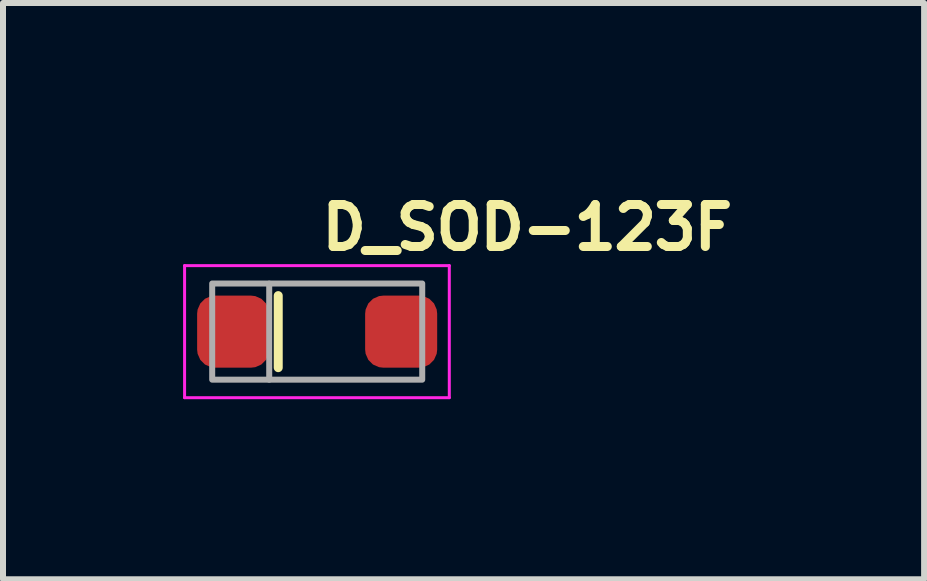
<source format=kicad_pcb>
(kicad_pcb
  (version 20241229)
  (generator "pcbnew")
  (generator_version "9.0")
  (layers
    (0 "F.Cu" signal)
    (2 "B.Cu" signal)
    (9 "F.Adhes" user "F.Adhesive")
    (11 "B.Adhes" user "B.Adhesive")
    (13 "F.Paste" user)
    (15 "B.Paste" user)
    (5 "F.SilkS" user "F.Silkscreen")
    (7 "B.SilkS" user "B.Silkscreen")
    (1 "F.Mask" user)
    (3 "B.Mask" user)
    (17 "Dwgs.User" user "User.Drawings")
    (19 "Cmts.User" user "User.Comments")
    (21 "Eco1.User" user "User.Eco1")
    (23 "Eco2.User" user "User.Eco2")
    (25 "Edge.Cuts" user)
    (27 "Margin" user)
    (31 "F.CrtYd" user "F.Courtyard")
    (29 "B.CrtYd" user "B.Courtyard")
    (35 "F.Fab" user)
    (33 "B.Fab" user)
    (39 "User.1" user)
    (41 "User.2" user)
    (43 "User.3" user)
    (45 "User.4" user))
  (footprint "D_SOD-123F"
    (layer "F.Cu")
    (at 2.235 2.475)
    (property "Reference" "D_SOD-123F" (at 0 -1.325 0) (layer "F.SilkS") (effects (font (size 0.7 0.7) (thickness 0.15)) (justify left bottom)))
    (attr smd)
    (fp_line (start -0.65 -0.6) (end -0.65 0.6) (stroke (width 0.15) (type solid)) (layer "F.SilkS"))
    (fp_line (start -2.21 1.1) (end -2.21 -1.1) (stroke (width 0.05) (type solid)) (layer "F.CrtYd"))
    (fp_line (start 2.2 -1.1) (end -2.21 -1.1) (stroke (width 0.05) (type solid)) (layer "F.CrtYd"))
    (fp_line (start 2.2 -1.1) (end 2.2 1.1) (stroke (width 0.05) (type solid)) (layer "F.CrtYd"))
    (fp_line (start 2.2 1.1) (end -2.21 1.1) (stroke (width 0.05) (type solid)) (layer "F.CrtYd"))
    (fp_line (start -0.8 -0.8) (end -0.8 0.8) (stroke (width 0.1) (type solid)) (layer "F.Fab"))
    (fp_rect (start -1.75 -0.802) (end 1.749 0.8) (stroke (width 0.1) (type solid)) (fill no) (layer "F.Fab"))
    (fp_rect (start -1.75 -0.802) (end 1.749 0.8) (stroke (width 0.1) (type solid)) (fill no) (layer "User.5"))
    (fp_line (start -1.75 -0.327) (end -1.75 0.325) (stroke (width 0.02) (type solid)) (layer "User.9"))
    (fp_line (start -1.75 0.325) (end -1.283 0.325) (stroke (width 0.02) (type solid)) (layer "User.9"))
    (fp_line (start -1.301 -0.74) (end -1.299 -0.743) (stroke (width 0.02) (type solid)) (layer "User.9"))
    (fp_line (start -1.301 -0.736) (end -1.301 -0.74) (stroke (width 0.02) (type solid)) (layer "User.9"))
    (fp_line (start -1.301 -0.733) (end -1.301 -0.736) (stroke (width 0.02) (type solid)) (layer "User.9"))
    (fp_line (start -1.301 -0.729) (end -1.301 -0.733) (stroke (width 0.02) (type solid)) (layer "User.9"))
    (fp_line (start -1.301 -0.726) (end -1.301 -0.729) (stroke (width 0.02) (type solid)) (layer "User.9"))
    (fp_line (start -1.301 -0.726) (end -1.301 -0.327) (stroke (width 0.02) (type solid)) (layer "User.9"))
    (fp_line (start -1.301 0.325) (end -1.301 0.724) (stroke (width 0.02) (type solid)) (layer "User.9"))
    (fp_line (start -1.301 0.727) (end -1.301 0.724) (stroke (width 0.02) (type solid)) (layer "User.9"))
    (fp_line (start -1.301 0.731) (end -1.301 0.727) (stroke (width 0.02) (type solid)) (layer "User.9"))
    (fp_line (start -1.301 0.734) (end -1.301 0.731) (stroke (width 0.02) (type solid)) (layer "User.9"))
    (fp_line (start -1.301 0.738) (end -1.301 0.734) (stroke (width 0.02) (type solid)) (layer "User.9"))
    (fp_line (start -1.299 -0.747) (end -1.297 -0.75) (stroke (width 0.02) (type solid)) (layer "User.9"))
    (fp_line (start -1.299 -0.743) (end -1.299 -0.747) (stroke (width 0.02) (type solid)) (layer "User.9"))
    (fp_line (start -1.299 0.741) (end -1.301 0.738) (stroke (width 0.02) (type solid)) (layer "User.9"))
    (fp_line (start -1.299 0.745) (end -1.299 0.741) (stroke (width 0.02) (type solid)) (layer "User.9"))
    (fp_line (start -1.297 -0.75) (end -1.295 -0.754) (stroke (width 0.02) (type solid)) (layer "User.9"))
    (fp_line (start -1.297 0.748) (end -1.299 0.745) (stroke (width 0.02) (type solid)) (layer "User.9"))
    (fp_line (start -1.295 -0.757) (end -1.293 -0.76) (stroke (width 0.02) (type solid)) (layer "User.9"))
    (fp_line (start -1.295 -0.754) (end -1.295 -0.757) (stroke (width 0.02) (type solid)) (layer "User.9"))
    (fp_line (start -1.295 0.752) (end -1.297 0.748) (stroke (width 0.02) (type solid)) (layer "User.9"))
    (fp_line (start -1.295 0.755) (end -1.295 0.752) (stroke (width 0.02) (type solid)) (layer "User.9"))
    (fp_line (start -1.293 -0.76) (end -1.291 -0.763) (stroke (width 0.02) (type solid)) (layer "User.9"))
    (fp_line (start -1.293 0.758) (end -1.295 0.755) (stroke (width 0.02) (type solid)) (layer "User.9"))
    (fp_line (start -1.291 -0.763) (end -1.289 -0.767) (stroke (width 0.02) (type solid)) (layer "User.9"))
    (fp_line (start -1.291 0.761) (end -1.293 0.758) (stroke (width 0.02) (type solid)) (layer "User.9"))
    (fp_line (start -1.289 -0.767) (end -1.287 -0.771) (stroke (width 0.02) (type solid)) (layer "User.9"))
    (fp_line (start -1.289 0.765) (end -1.291 0.761) (stroke (width 0.02) (type solid)) (layer "User.9"))
    (fp_line (start -1.287 -0.771) (end -1.283 -0.774) (stroke (width 0.02) (type solid)) (layer "User.9"))
    (fp_line (start -1.287 0.769) (end -1.289 0.765) (stroke (width 0.02) (type solid)) (layer "User.9"))
    (fp_line (start -1.283 -0.774) (end -1.281 -0.777) (stroke (width 0.02) (type solid)) (layer "User.9"))
    (fp_line (start -1.283 -0.327) (end -1.75 -0.327) (stroke (width 0.02) (type solid)) (layer "User.9"))
    (fp_line (start -1.283 0.325) (end -1.283 -0.327) (stroke (width 0.02) (type solid)) (layer "User.9"))
    (fp_line (start -1.283 0.772) (end -1.287 0.769) (stroke (width 0.02) (type solid)) (layer "User.9"))
    (fp_line (start -1.281 -0.777) (end -1.278 -0.779) (stroke (width 0.02) (type solid)) (layer "User.9"))
    (fp_line (start -1.281 0.775) (end -1.283 0.772) (stroke (width 0.02) (type solid)) (layer "User.9"))
    (fp_line (start -1.278 -0.779) (end -1.276 -0.782) (stroke (width 0.02) (type solid)) (layer "User.9"))
    (fp_line (start -1.278 0.777) (end -1.281 0.775) (stroke (width 0.02) (type solid)) (layer "User.9"))
    (fp_line (start -1.276 -0.782) (end -1.274 -0.784) (stroke (width 0.02) (type solid)) (layer "User.9"))
    (fp_line (start -1.276 0.78) (end -1.278 0.777) (stroke (width 0.02) (type solid)) (layer "User.9"))
    (fp_line (start -1.274 -0.784) (end -1.27 -0.787) (stroke (width 0.02) (type solid)) (layer "User.9"))
    (fp_line (start -1.274 0.782) (end -1.276 0.78) (stroke (width 0.02) (type solid)) (layer "User.9"))
    (fp_line (start -1.27 -0.787) (end -1.268 -0.789) (stroke (width 0.02) (type solid)) (layer "User.9"))
    (fp_line (start -1.27 0.785) (end -1.274 0.782) (stroke (width 0.02) (type solid)) (layer "User.9"))
    (fp_line (start -1.268 -0.789) (end -1.264 -0.791) (stroke (width 0.02) (type solid)) (layer "User.9"))
    (fp_line (start -1.268 0.787) (end -1.27 0.785) (stroke (width 0.02) (type solid)) (layer "User.9"))
    (fp_line (start -1.264 -0.791) (end -1.26 -0.793) (stroke (width 0.02) (type solid)) (layer "User.9"))
    (fp_line (start -1.264 0.789) (end -1.268 0.787) (stroke (width 0.02) (type solid)) (layer "User.9"))
    (fp_line (start -1.26 -0.793) (end -1.258 -0.795) (stroke (width 0.02) (type solid)) (layer "User.9"))
    (fp_line (start -1.26 0.791) (end -1.264 0.789) (stroke (width 0.02) (type solid)) (layer "User.9"))
    (fp_line (start -1.258 -0.795) (end -1.254 -0.796) (stroke (width 0.02) (type solid)) (layer "User.9"))
    (fp_line (start -1.258 0.793) (end -1.26 0.791) (stroke (width 0.02) (type solid)) (layer "User.9"))
    (fp_line (start -1.254 -0.796) (end -1.25 -0.798) (stroke (width 0.02) (type solid)) (layer "User.9"))
    (fp_line (start -1.254 0.794) (end -1.258 0.793) (stroke (width 0.02) (type solid)) (layer "User.9"))
    (fp_line (start -1.25 -0.798) (end -1.248 -0.799) (stroke (width 0.02) (type solid)) (layer "User.9"))
    (fp_line (start -1.25 0.796) (end -1.254 0.794) (stroke (width 0.02) (type solid)) (layer "User.9"))
    (fp_line (start -1.248 -0.799) (end -1.244 -0.8) (stroke (width 0.02) (type solid)) (layer "User.9"))
    (fp_line (start -1.248 0.797) (end -1.25 0.796) (stroke (width 0.02) (type solid)) (layer "User.9"))
    (fp_line (start -1.244 -0.8) (end -1.24 -0.801) (stroke (width 0.02) (type solid)) (layer "User.9"))
    (fp_line (start -1.244 0.798) (end -1.248 0.797) (stroke (width 0.02) (type solid)) (layer "User.9"))
    (fp_line (start -1.24 -0.801) (end -1.236 -0.801) (stroke (width 0.02) (type solid)) (layer "User.9"))
    (fp_line (start -1.24 0.799) (end -1.244 0.798) (stroke (width 0.02) (type solid)) (layer "User.9"))
    (fp_line (start -1.236 -0.801) (end -1.234 -0.802) (stroke (width 0.02) (type solid)) (layer "User.9"))
    (fp_line (start -1.236 0.799) (end -1.24 0.799) (stroke (width 0.02) (type solid)) (layer "User.9"))
    (fp_line (start -1.234 -0.802) (end -1.23 -0.802) (stroke (width 0.02) (type solid)) (layer "User.9"))
    (fp_line (start -1.234 0.8) (end -1.236 0.799) (stroke (width 0.02) (type solid)) (layer "User.9"))
    (fp_line (start -1.23 -0.802) (end -1.226 -0.802) (stroke (width 0.02) (type solid)) (layer "User.9"))
    (fp_line (start -1.23 0.8) (end -1.234 0.8) (stroke (width 0.02) (type solid)) (layer "User.9"))
    (fp_line (start -1.226 0.8) (end -1.23 0.8) (stroke (width 0.02) (type solid)) (layer "User.9"))
    (fp_line (start -1.226 0.8) (end 1.225 0.8) (stroke (width 0.02) (type solid)) (layer "User.9"))
    (fp_line (start 1.225 -0.802) (end -1.226 -0.802) (stroke (width 0.02) (type solid)) (layer "User.9"))
    (fp_line (start 1.225 -0.802) (end 1.227 -0.802) (stroke (width 0.02) (type solid)) (layer "User.9"))
    (fp_line (start 1.227 -0.802) (end 1.231 -0.802) (stroke (width 0.02) (type solid)) (layer "User.9"))
    (fp_line (start 1.227 0.8) (end 1.225 0.8) (stroke (width 0.02) (type solid)) (layer "User.9"))
    (fp_line (start 1.231 -0.802) (end 1.235 -0.801) (stroke (width 0.02) (type solid)) (layer "User.9"))
    (fp_line (start 1.231 0.8) (end 1.227 0.8) (stroke (width 0.02) (type solid)) (layer "User.9"))
    (fp_line (start 1.235 -0.801) (end 1.239 -0.801) (stroke (width 0.02) (type solid)) (layer "User.9"))
    (fp_line (start 1.235 0.799) (end 1.231 0.8) (stroke (width 0.02) (type solid)) (layer "User.9"))
    (fp_line (start 1.239 -0.801) (end 1.241 -0.8) (stroke (width 0.02) (type solid)) (layer "User.9"))
    (fp_line (start 1.239 0.799) (end 1.235 0.799) (stroke (width 0.02) (type solid)) (layer "User.9"))
    (fp_line (start 1.241 -0.8) (end 1.245 -0.799) (stroke (width 0.02) (type solid)) (layer "User.9"))
    (fp_line (start 1.241 0.798) (end 1.239 0.799) (stroke (width 0.02) (type solid)) (layer "User.9"))
    (fp_line (start 1.245 -0.799) (end 1.249 -0.798) (stroke (width 0.02) (type solid)) (layer "User.9"))
    (fp_line (start 1.245 0.797) (end 1.241 0.798) (stroke (width 0.02) (type solid)) (layer "User.9"))
    (fp_line (start 1.249 -0.798) (end 1.253 -0.796) (stroke (width 0.02) (type solid)) (layer "User.9"))
    (fp_line (start 1.249 0.796) (end 1.245 0.797) (stroke (width 0.02) (type solid)) (layer "User.9"))
    (fp_line (start 1.253 -0.796) (end 1.255 -0.795) (stroke (width 0.02) (type solid)) (layer "User.9"))
    (fp_line (start 1.253 0.794) (end 1.249 0.796) (stroke (width 0.02) (type solid)) (layer "User.9"))
    (fp_line (start 1.255 -0.795) (end 1.259 -0.793) (stroke (width 0.02) (type solid)) (layer "User.9"))
    (fp_line (start 1.255 0.793) (end 1.253 0.794) (stroke (width 0.02) (type solid)) (layer "User.9"))
    (fp_line (start 1.259 -0.793) (end 1.261 -0.791) (stroke (width 0.02) (type solid)) (layer "User.9"))
    (fp_line (start 1.259 0.791) (end 1.255 0.793) (stroke (width 0.02) (type solid)) (layer "User.9"))
    (fp_line (start 1.261 -0.791) (end 1.265 -0.789) (stroke (width 0.02) (type solid)) (layer "User.9"))
    (fp_line (start 1.261 0.789) (end 1.259 0.791) (stroke (width 0.02) (type solid)) (layer "User.9"))
    (fp_line (start 1.265 -0.789) (end 1.269 -0.787) (stroke (width 0.02) (type solid)) (layer "User.9"))
    (fp_line (start 1.265 0.787) (end 1.261 0.789) (stroke (width 0.02) (type solid)) (layer "User.9"))
    (fp_line (start 1.269 -0.787) (end 1.271 -0.784) (stroke (width 0.02) (type solid)) (layer "User.9"))
    (fp_line (start 1.269 0.785) (end 1.265 0.787) (stroke (width 0.02) (type solid)) (layer "User.9"))
    (fp_line (start 1.271 -0.784) (end 1.275 -0.782) (stroke (width 0.02) (type solid)) (layer "User.9"))
    (fp_line (start 1.271 0.782) (end 1.269 0.785) (stroke (width 0.02) (type solid)) (layer "User.9"))
    (fp_line (start 1.275 -0.782) (end 1.277 -0.779) (stroke (width 0.02) (type solid)) (layer "User.9"))
    (fp_line (start 1.275 0.78) (end 1.271 0.782) (stroke (width 0.02) (type solid)) (layer "User.9"))
    (fp_line (start 1.277 -0.779) (end 1.28 -0.777) (stroke (width 0.02) (type solid)) (layer "User.9"))
    (fp_line (start 1.277 0.777) (end 1.275 0.78) (stroke (width 0.02) (type solid)) (layer "User.9"))
    (fp_line (start 1.28 -0.777) (end 1.282 -0.774) (stroke (width 0.02) (type solid)) (layer "User.9"))
    (fp_line (start 1.28 0.775) (end 1.277 0.777) (stroke (width 0.02) (type solid)) (layer "User.9"))
    (fp_line (start 1.282 -0.774) (end 1.284 -0.771) (stroke (width 0.02) (type solid)) (layer "User.9"))
    (fp_line (start 1.282 -0.327) (end 1.282 0.325) (stroke (width 0.02) (type solid)) (layer "User.9"))
    (fp_line (start 1.282 0.325) (end 1.749 0.325) (stroke (width 0.02) (type solid)) (layer "User.9"))
    (fp_line (start 1.282 0.772) (end 1.28 0.775) (stroke (width 0.02) (type solid)) (layer "User.9"))
    (fp_line (start 1.284 -0.771) (end 1.286 -0.767) (stroke (width 0.02) (type solid)) (layer "User.9"))
    (fp_line (start 1.284 0.769) (end 1.282 0.772) (stroke (width 0.02) (type solid)) (layer "User.9"))
    (fp_line (start 1.286 -0.767) (end 1.288 -0.763) (stroke (width 0.02) (type solid)) (layer "User.9"))
    (fp_line (start 1.286 0.765) (end 1.284 0.769) (stroke (width 0.02) (type solid)) (layer "User.9"))
    (fp_line (start 1.288 -0.763) (end 1.29 -0.76) (stroke (width 0.02) (type solid)) (layer "User.9"))
    (fp_line (start 1.288 0.761) (end 1.286 0.765) (stroke (width 0.02) (type solid)) (layer "User.9"))
    (fp_line (start 1.29 -0.76) (end 1.292 -0.757) (stroke (width 0.02) (type solid)) (layer "User.9"))
    (fp_line (start 1.29 0.758) (end 1.288 0.761) (stroke (width 0.02) (type solid)) (layer "User.9"))
    (fp_line (start 1.292 -0.757) (end 1.294 -0.754) (stroke (width 0.02) (type solid)) (layer "User.9"))
    (fp_line (start 1.292 0.755) (end 1.29 0.758) (stroke (width 0.02) (type solid)) (layer "User.9"))
    (fp_line (start 1.294 -0.754) (end 1.296 -0.75) (stroke (width 0.02) (type solid)) (layer "User.9"))
    (fp_line (start 1.294 0.752) (end 1.292 0.755) (stroke (width 0.02) (type solid)) (layer "User.9"))
    (fp_line (start 1.296 -0.75) (end 1.296 -0.747) (stroke (width 0.02) (type solid)) (layer "User.9"))
    (fp_line (start 1.296 -0.747) (end 1.298 -0.743) (stroke (width 0.02) (type solid)) (layer "User.9"))
    (fp_line (start 1.296 0.745) (end 1.296 0.748) (stroke (width 0.02) (type solid)) (layer "User.9"))
    (fp_line (start 1.296 0.748) (end 1.294 0.752) (stroke (width 0.02) (type solid)) (layer "User.9"))
    (fp_line (start 1.298 -0.743) (end 1.298 -0.74) (stroke (width 0.02) (type solid)) (layer "User.9"))
    (fp_line (start 1.298 -0.74) (end 1.298 -0.736) (stroke (width 0.02) (type solid)) (layer "User.9"))
    (fp_line (start 1.298 -0.736) (end 1.3 -0.733) (stroke (width 0.02) (type solid)) (layer "User.9"))
    (fp_line (start 1.298 0.734) (end 1.298 0.738) (stroke (width 0.02) (type solid)) (layer "User.9"))
    (fp_line (start 1.298 0.738) (end 1.298 0.741) (stroke (width 0.02) (type solid)) (layer "User.9"))
    (fp_line (start 1.298 0.741) (end 1.296 0.745) (stroke (width 0.02) (type solid)) (layer "User.9"))
    (fp_line (start 1.3 -0.733) (end 1.3 -0.729) (stroke (width 0.02) (type solid)) (layer "User.9"))
    (fp_line (start 1.3 -0.729) (end 1.3 -0.726) (stroke (width 0.02) (type solid)) (layer "User.9"))
    (fp_line (start 1.3 -0.327) (end 1.3 -0.726) (stroke (width 0.02) (type solid)) (layer "User.9"))
    (fp_line (start 1.3 0.724) (end 1.3 0.325) (stroke (width 0.02) (type solid)) (layer "User.9"))
    (fp_line (start 1.3 0.724) (end 1.3 0.727) (stroke (width 0.02) (type solid)) (layer "User.9"))
    (fp_line (start 1.3 0.727) (end 1.3 0.731) (stroke (width 0.02) (type solid)) (layer "User.9"))
    (fp_line (start 1.3 0.731) (end 1.298 0.734) (stroke (width 0.02) (type solid)) (layer "User.9"))
    (fp_line (start 1.749 -0.327) (end 1.282 -0.327) (stroke (width 0.02) (type solid)) (layer "User.9"))
    (fp_line (start 1.749 0.325) (end 1.749 -0.327) (stroke (width 0.02) (type solid)) (layer "User.9"))
    (pad "1" smd roundrect (at -1.401 0) (size 1.2 1.2) (layers "F.Cu" "F.Mask" "F.Paste") (roundrect_rratio 0.25))
    (pad "2" smd roundrect (at 1.398 0) (size 1.2 1.2) (layers "F.Cu" "F.Mask" "F.Paste") (roundrect_rratio 0.25)))
  (gr_rect
    (start -3 -3)
    (end 12.345 6.6)
    (stroke (width 0.1) (type default))
    (fill no)
    (layer "Edge.Cuts")))
</source>
